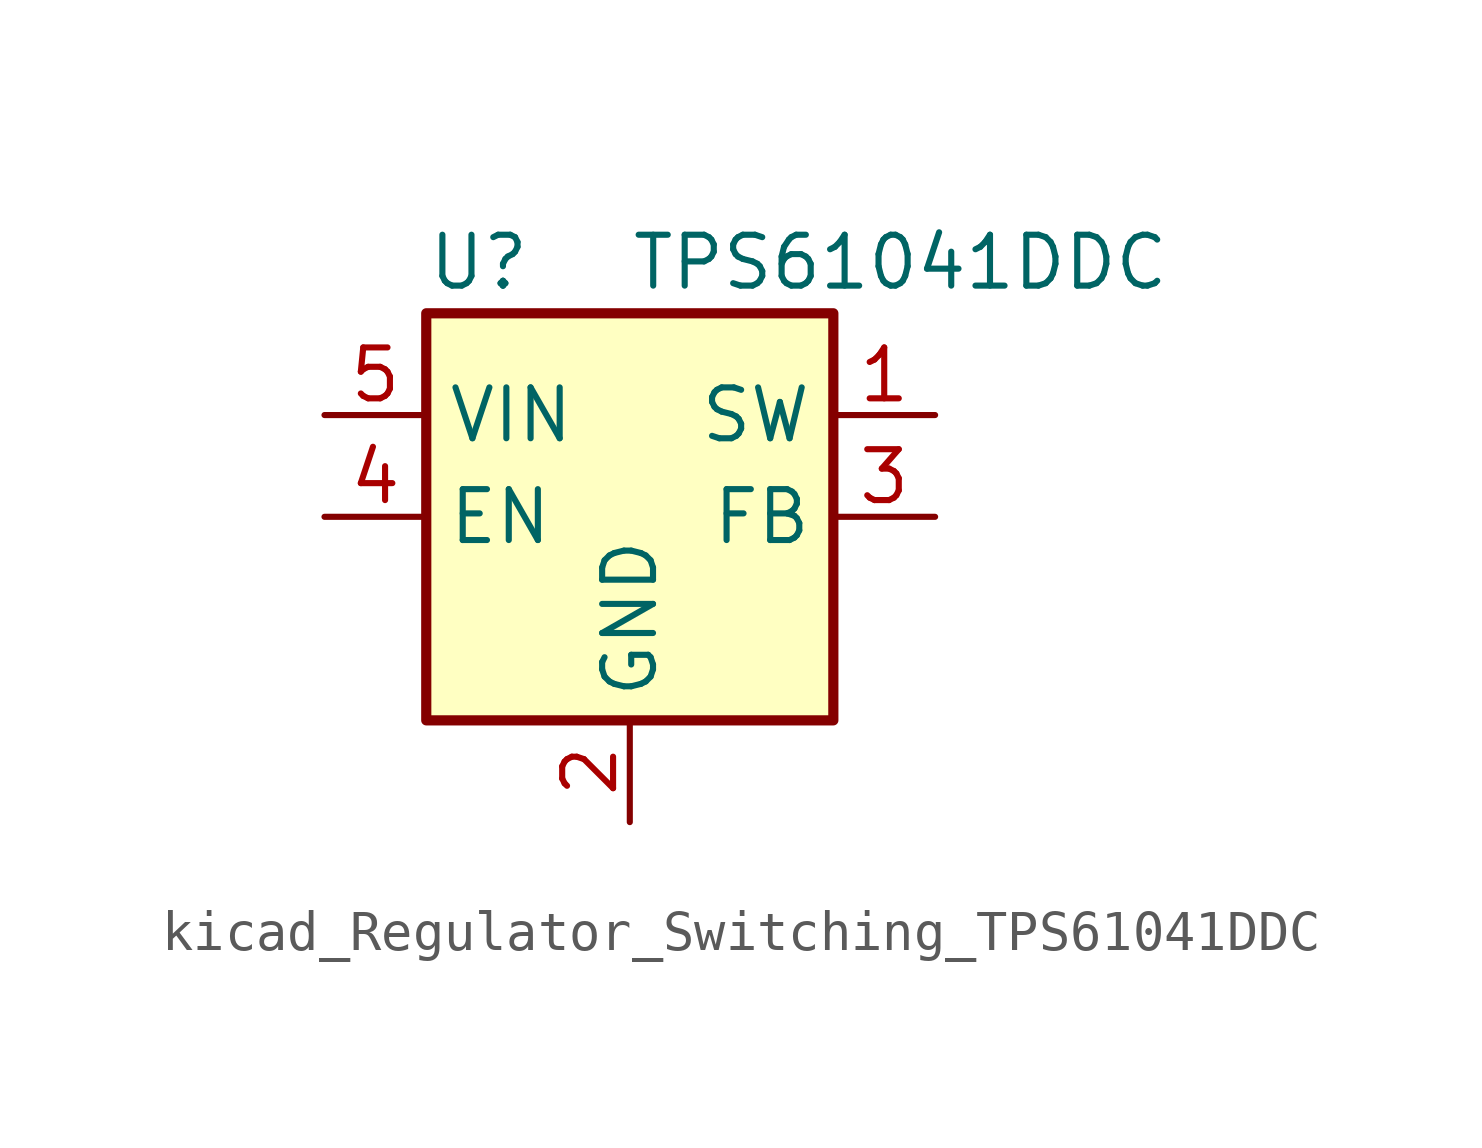
<source format=kicad_sym>
(kicad_symbol_lib
  (version 20220914)
  (generator kicad_symbol_editor)
  (symbol "kicad_Regulator_Switching_TPS61041DDC"
    (property "Reference" "U"
      (at -5.08 6.35 0)
      (effects (font (size 1.27 1.27)) (justify left)))
    (property "Value" "TPS61041DDC"
      (at 0 6.35 0)
      (effects (font (size 1.27 1.27)) (justify left)))
    (symbol "kicad_Regulator_Switching_TPS61041DDC_0_1"
      (rectangle (start -5.08 5.08) (end 5.08 -5.08) (stroke (width 0.254) (type default)) (fill (type background))))
    (symbol "kicad_Regulator_Switching_TPS61041DDC_1_1"
      (pin power_out line (at 7.62 2.54 180) (length 2.54) (name "SW" (effects (font (size 1.27 1.27)))) (number "1" (effects (font (size 1.27 1.27)))))
      (pin power_in line (at 0 -7.62 90) (length 2.54) (name "GND" (effects (font (size 1.27 1.27)))) (number "2" (effects (font (size 1.27 1.27)))))
      (pin input line (at 7.62 0 180) (length 2.54) (name "FB" (effects (font (size 1.27 1.27)))) (number "3" (effects (font (size 1.27 1.27)))))
      (pin input line (at -7.62 0 0) (length 2.54) (name "EN" (effects (font (size 1.27 1.27)))) (number "4" (effects (font (size 1.27 1.27)))))
      (pin power_in line (at -7.62 2.54 0) (length 2.54) (name "VIN" (effects (font (size 1.27 1.27)))) (number "5" (effects (font (size 1.27 1.27))))))))
</source>
